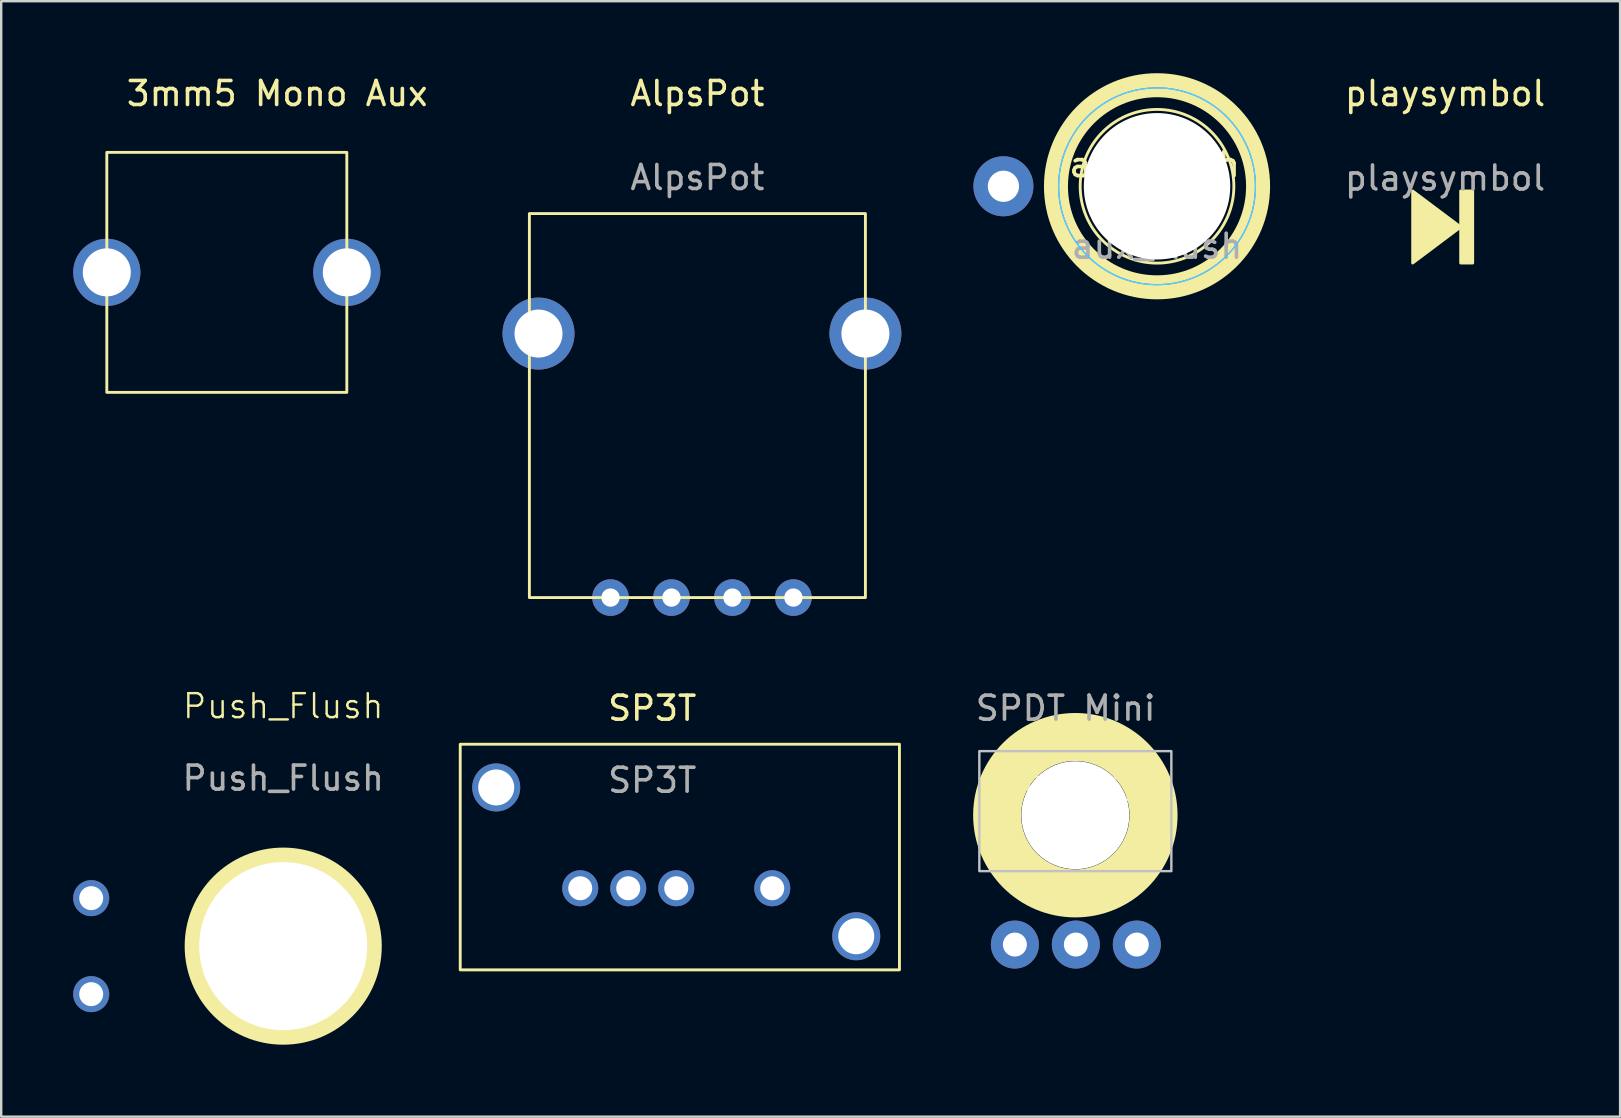
<source format=kicad_pcb>
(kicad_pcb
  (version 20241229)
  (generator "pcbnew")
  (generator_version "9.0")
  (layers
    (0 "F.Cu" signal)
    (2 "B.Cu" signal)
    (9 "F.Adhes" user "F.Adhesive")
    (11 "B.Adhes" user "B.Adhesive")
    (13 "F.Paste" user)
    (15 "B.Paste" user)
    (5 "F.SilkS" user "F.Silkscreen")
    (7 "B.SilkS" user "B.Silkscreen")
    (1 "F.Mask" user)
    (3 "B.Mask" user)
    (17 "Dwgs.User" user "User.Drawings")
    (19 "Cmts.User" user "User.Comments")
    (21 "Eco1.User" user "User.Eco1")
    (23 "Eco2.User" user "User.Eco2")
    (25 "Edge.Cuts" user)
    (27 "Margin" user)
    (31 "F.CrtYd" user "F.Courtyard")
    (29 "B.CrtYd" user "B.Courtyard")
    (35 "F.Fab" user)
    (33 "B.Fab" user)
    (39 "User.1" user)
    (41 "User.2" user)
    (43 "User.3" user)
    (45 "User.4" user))
  (footprint "AlpsPot"
    (layer "F.Cu")
    (at 22.387 21.848)
    (property "Reference" "AlpsPot" (at 3.62 -21 0) (unlocked yes) (layer "F.SilkS") (effects (font (size 1 1) (thickness 0.15))))
    (attr through_hole)
    (fp_rect (start -3.38 -16) (end 10.62 0) (stroke (width 0.12) (type solid)) (fill no) (layer "F.SilkS"))
    (fp_text user "${REFERENCE}" (at 3.62 -17.5 0) (unlocked yes) (layer "F.Fab") (effects (font (size 1 1) (thickness 0.15))))
    (pad "1" thru_hole circle (at 0 0) (size 1.524 1.524) (drill 0.762) (layers "*.Cu" "*.Mask"))
    (pad "2" thru_hole circle (at 2.54 0) (size 1.524 1.524) (drill 0.762) (layers "*.Cu" "*.Mask"))
    (pad "3" thru_hole circle (at 5.08 0) (size 1.524 1.524) (drill 0.762) (layers "*.Cu" "*.Mask"))
    (pad "4" thru_hole circle (at 7.62 0) (size 1.524 1.524) (drill 0.762) (layers "*.Cu" "*.Mask"))
    (pad "5" thru_hole circle (at -3 -11) (size 3 3) (drill 2) (layers "*.Cu" "*.Mask"))
    (pad "6" thru_hole circle (at 10.62 -11) (size 3 3) (drill 2) (layers "*.Cu" "*.Mask")))
  (footprint "SP3T"
    (layer "F.Cu")
    (at 24.125 33.959)
    (property "Reference" "SP3T" (at 0 -7.5 0) (unlocked yes) (layer "F.SilkS") (effects (font (size 1 1) (thickness 0.15))))
    (attr through_hole)
    (fp_rect (start -8 -6) (end 10.3 3.4) (stroke (width 0.12) (type solid)) (fill no) (layer "F.SilkS"))
    (fp_text user "${REFERENCE}" (at 0 -4.5 0) (unlocked yes) (layer "F.Fab") (effects (font (size 1 1) (thickness 0.15))))
    (pad "1" thru_hole circle (at 5 0) (size 1.5 1.5) (drill 1) (layers "*.Cu" "*.Mask"))
    (pad "2" thru_hole circle (at 1 0) (size 1.5 1.5) (drill 1) (layers "*.Cu" "*.Mask"))
    (pad "3" thru_hole circle (at -1 0) (size 1.5 1.5) (drill 1) (layers "*.Cu" "*.Mask"))
    (pad "4" thru_hole circle (at -3 0) (size 1.5 1.5) (drill 1) (layers "*.Cu" "*.Mask"))
    (pad "5" thru_hole circle (at 8.5 2) (size 2 2) (drill 1.5) (layers "*.Cu" "*.Mask"))
    (pad "6" thru_hole circle (at -6.5 -4.2) (size 2 2) (drill 1.5) (layers "*.Cu" "*.Mask")))
  (footprint "playsymbol"
    (layer "F.Cu")
    (at 57.159 6.388)
    (property "Reference" "playsymbol" (at 0 -5.54 0) (unlocked yes) (layer "F.SilkS") (effects (font (size 1 1) (thickness 0.15))))
    (fp_rect (start 0.65 -1.48) (end 1.15 1.52) (stroke (width 0.12) (type solid)) (fill yes) (layer "F.SilkS"))
    (fp_rect (start 0.9 1.02) (end 0.9 1.02) (stroke (width 0.12) (type solid)) (fill no) (layer "F.SilkS"))
    (fp_poly (pts (xy 0.65 0.02) (xy -1.35 1.52) (xy -1.35 -1.48)) (stroke (width 0.12) (type solid)) (fill yes) (layer "F.SilkS"))
    (fp_text user "${REFERENCE}" (at 0 -2.02 0) (unlocked yes) (layer "F.Fab") (effects (font (size 1 1) (thickness 0.15)))))
  (footprint "aux_flush"
    (layer "F.Cu")
    (at 45.157 4.711)
    (property "Reference" "aux_flush" (at -0.1 -0.9 0) (unlocked yes) (layer "F.SilkS") (effects (font (size 1 1) (thickness 0.15))))
    (attr through_hole)
    (fp_circle (center 0 0) (end 3.2 0.1) (stroke (width 0.12) (type solid)) (fill no) (layer "F.SilkS"))
    (fp_circle (center 0 0) (end 4.2 0.3) (stroke (width 1) (type solid)) (fill no) (layer "F.SilkS"))
    (fp_circle (center 0 0) (end -4.1 0) (stroke (width 0.05) (type solid)) (fill no) (layer "B.CrtYd"))
    (fp_circle (center 0 0) (end 4.1 0) (stroke (width 0.05) (type solid)) (fill no) (layer "F.CrtYd"))
    (fp_text user "${REFERENCE}" (at 0 2.5 0) (unlocked yes) (layer "F.Fab") (effects (font (size 1 1) (thickness 0.15))))
    (pad "" np_thru_hole circle (at 0 0) (size 6.1 6.1) (drill 6.1) (layers "*.Cu" "*.Mask"))
    (pad "1" thru_hole circle (at -6.4 0) (size 2.5 2.5) (drill 1.3) (layers "*.Cu" "*.Mask")))
  (footprint "SPDT Mini"
    (layer "F.Cu")
    (at 41.754 30.915)
    (property "Reference" "SPDT Mini" (at -0.405 -1.104 0) (unlocked yes) (layer "F.SilkS") (effects (font (size 1 1) (thickness 0.1))))
    (attr through_hole)
    (fp_circle (center 0 0) (end 3.241 0.336) (stroke (width 2) (type default)) (fill no) (layer "F.SilkS"))
    (fp_rect (start -4 -2.669) (end 4 2.331) (stroke (width 0.1) (type default)) (fill no) (layer "Dwgs.User"))
    (fp_text user "${REFERENCE}" (at -0.405 -4.457 0) (unlocked yes) (layer "F.Fab") (effects (font (size 1 1) (thickness 0.15))))
    (pad "" np_thru_hole circle (at 0 0) (size 4.5 4.5) (drill 4.5) (layers "*.Cu" "*.Mask"))
    (pad "1" thru_hole circle (at 2.561 5.39 180) (size 2 2) (drill 1) (layers "*.Cu" "*.Mask"))
    (pad "2" thru_hole circle (at 0.021 5.39 180) (size 2 2) (drill 1) (layers "*.Cu" "*.Mask"))
    (pad "3" thru_hole circle (at -2.519 5.39 180) (size 2 2) (drill 1) (layers "*.Cu" "*.Mask")))
  (footprint "Push_Flush"
    (layer "F.Cu")
    (at 8.75 36.371)
    (property "Reference" "Push_Flush" (at 0 -10 0) (unlocked yes) (layer "F.SilkS") (effects (font (size 1 1) (thickness 0.1))))
    (attr through_hole)
    (fp_circle (center 0 0) (end 3.606 0) (stroke (width 1) (type default)) (fill no) (layer "F.SilkS"))
    (fp_text user "${REFERENCE}" (at 0 -7 0) (unlocked yes) (layer "F.Fab") (effects (font (size 1 1) (thickness 0.15))))
    (pad "" np_thru_hole circle (at 0 0) (size 7 7) (drill 7) (layers "*.Cu" "*.Mask"))
    (pad "1" thru_hole circle (at -8 -2) (size 1.5 1.5) (drill 1) (layers "*.Cu" "*.Mask"))
    (pad "2" thru_hole circle (at -8 2) (size 1.5 1.5) (drill 1) (layers "*.Cu" "*.Mask")))
  (footprint "3mm5 Mono Aux"
    (layer "F.Cu")
    (at 6.4 8.298)
    (property "Reference" "3mm5 Mono Aux" (at 2.1 -7.45 0) (layer "F.SilkS") (effects (font (size 1 1) (thickness 0.15))))
    (attr through_hole)
    (fp_rect (start -5 -5) (end 5 5) (stroke (width 0.12) (type solid)) (fill no) (layer "F.SilkS"))
    (pad "1" thru_hole circle (at 5 0) (size 2.8 2.8) (drill 2) (layers "*.Cu" "*.Mask"))
    (pad "2" thru_hole circle (at -5 0) (size 2.8 2.8) (drill 2) (layers "*.Cu" "*.Mask")))
  (gr_rect
    (start -3 -3)
    (end 64.451 43.476)
    (stroke (width 0.1) (type default))
    (fill no)
    (layer "Edge.Cuts")))
</source>
